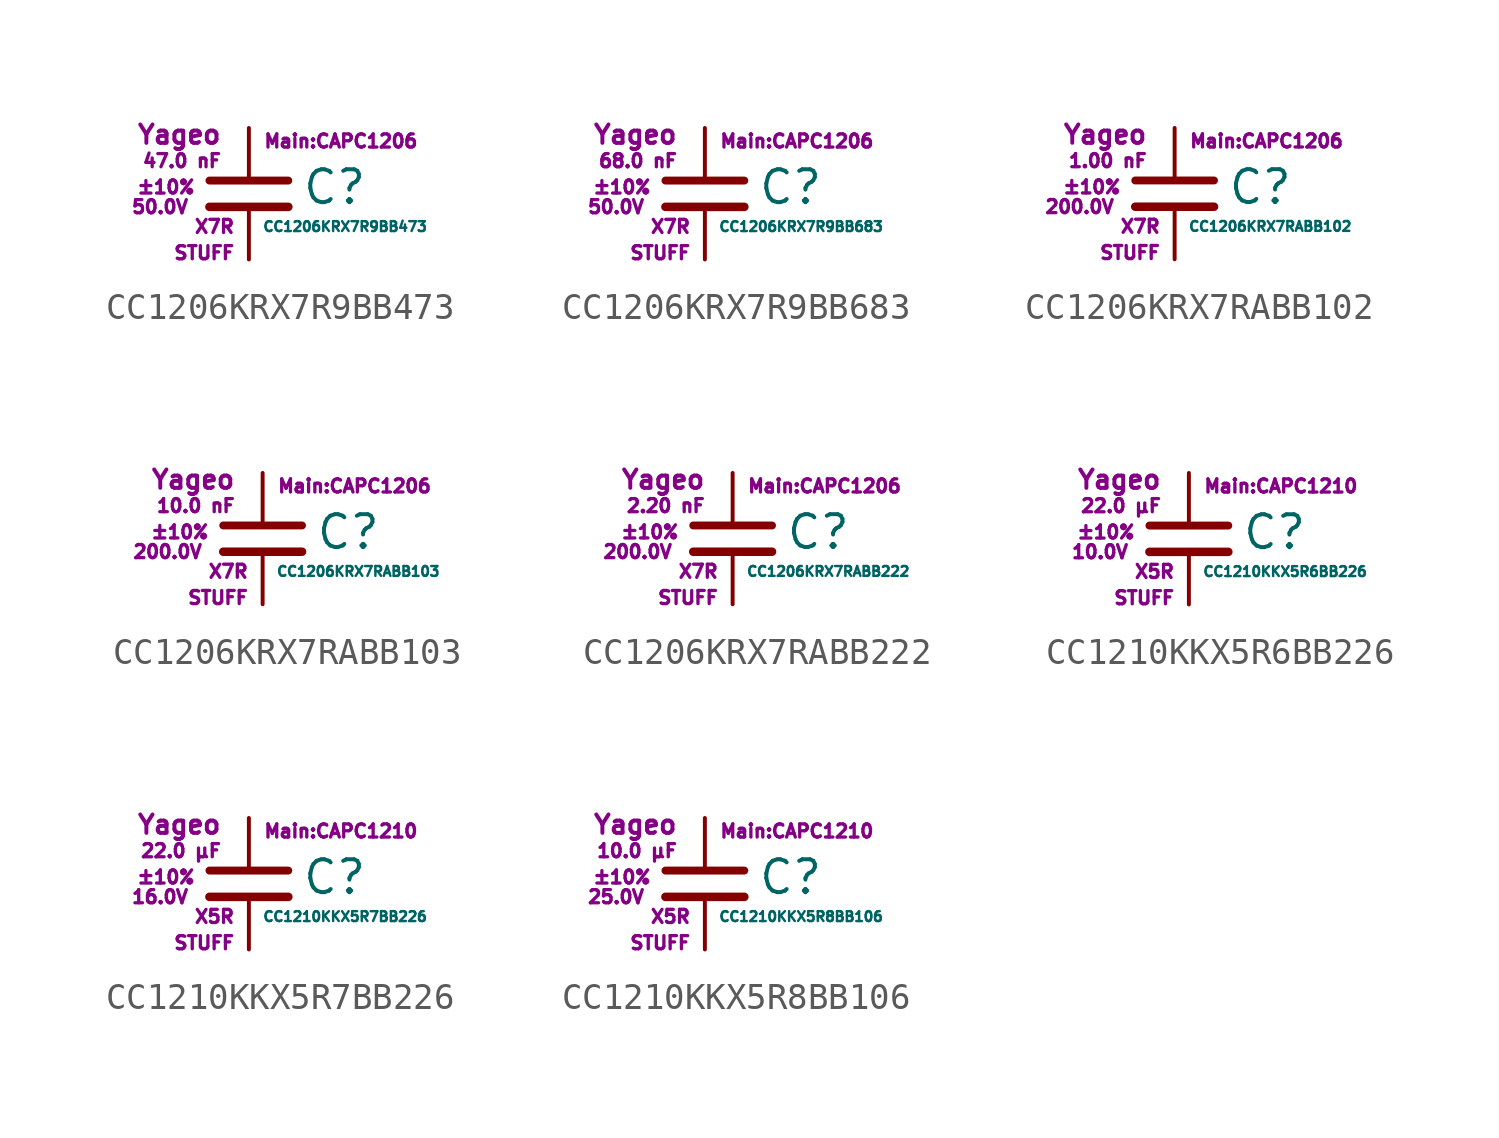
<source format=kicad_sym>
(kicad_symbol_lib
  (version 20211014)
  (generator kicad_symbol_editor)
  (symbol "CC1206KRX7R9BB473"
    (pin_numbers hide)
    (pin_names
      (offset 0.254) hide)
    (property "Reference" "C"
      (at 2.032 0.254 0)
      (effects (font (size 1.27 1.27)) (justify left)))
    (property "Value" "CC1206KRX7R9BB473"
      (at 0.508 -1.27 0)
      (effects (font (size 0.381 0.381)) (justify left)))
    (property "Footprint" "Main:CAPC1206"
      (at 3.556 2.032 0)
      (effects (font (size 0.508 0.508))))
    (property "Datasheet" ""
      (at 0.762 0.508 0)
      (effects (font (size 1.27 1.27))))
    (property "Manufacturer" "Yageo"
      (at -1.016 2.286 0)
      (effects (font (size 0.711 0.711)) (justify right)))
    (property "SKU" "STUFF"
      (at -0.508 -2.286 0)
      (effects (font (size 0.508 0.508)) (justify right)))
    (property "C" "47.0 nF"
      (at -1.016 1.27 0)
      (effects (font (size 0.508 0.508)) (justify right)))
    (property "Tol" "±10%"
      (at -2.032 0.254 0)
      (effects (font (size 0.508 0.508)) (justify right)))
    (property "Vmax" "50.0V"
      (at -2.286 -0.508 0)
      (effects (font (size 0.508 0.508)) (justify right)))
    (property "Type" "X7R"
      (at -0.508 -1.27 0)
      (effects (font (size 0.508 0.508)) (justify right)))
    (symbol "CC1206KRX7R9BB473_0_1"
      (polyline (pts (xy -1.524 -0.508) (xy 1.524 -0.508)) (stroke (width 0.33) (type default) (color 0 0 0 0)) (fill (type none)))
      (polyline (pts (xy -1.524 0.508) (xy 1.524 0.508)) (stroke (width 0.305) (type default) (color 0 0 0 0)) (fill (type none))))
    (symbol "CC1206KRX7R9BB473_1_1"
      (pin passive line (at 0 2.54 270) (length 1.905) (name "~" (effects (font (size 1.016 1.016)))) (number "1" (effects (font (size 1.016 1.016)))))
      (pin passive line (at 0 -2.54 90) (length 2.032) (name "~" (effects (font (size 1.016 1.016)))) (number "2" (effects (font (size 1.016 1.016)))))))
  (symbol "CC1206KRX7R9BB683"
    (pin_numbers hide)
    (pin_names
      (offset 0.254) hide)
    (property "Reference" "C"
      (at 2.032 0.254 0)
      (effects (font (size 1.27 1.27)) (justify left)))
    (property "Value" "CC1206KRX7R9BB683"
      (at 0.508 -1.27 0)
      (effects (font (size 0.381 0.381)) (justify left)))
    (property "Footprint" "Main:CAPC1206"
      (at 3.556 2.032 0)
      (effects (font (size 0.508 0.508))))
    (property "Datasheet" ""
      (at 0.762 0.508 0)
      (effects (font (size 1.27 1.27))))
    (property "Manufacturer" "Yageo"
      (at -1.016 2.286 0)
      (effects (font (size 0.711 0.711)) (justify right)))
    (property "SKU" "STUFF"
      (at -0.508 -2.286 0)
      (effects (font (size 0.508 0.508)) (justify right)))
    (property "C" "68.0 nF"
      (at -1.016 1.27 0)
      (effects (font (size 0.508 0.508)) (justify right)))
    (property "Tol" "±10%"
      (at -2.032 0.254 0)
      (effects (font (size 0.508 0.508)) (justify right)))
    (property "Vmax" "50.0V"
      (at -2.286 -0.508 0)
      (effects (font (size 0.508 0.508)) (justify right)))
    (property "Type" "X7R"
      (at -0.508 -1.27 0)
      (effects (font (size 0.508 0.508)) (justify right)))
    (symbol "CC1206KRX7R9BB683_0_1"
      (polyline (pts (xy -1.524 -0.508) (xy 1.524 -0.508)) (stroke (width 0.33) (type default) (color 0 0 0 0)) (fill (type none)))
      (polyline (pts (xy -1.524 0.508) (xy 1.524 0.508)) (stroke (width 0.305) (type default) (color 0 0 0 0)) (fill (type none))))
    (symbol "CC1206KRX7R9BB683_1_1"
      (pin passive line (at 0 2.54 270) (length 1.905) (name "~" (effects (font (size 1.016 1.016)))) (number "1" (effects (font (size 1.016 1.016)))))
      (pin passive line (at 0 -2.54 90) (length 2.032) (name "~" (effects (font (size 1.016 1.016)))) (number "2" (effects (font (size 1.016 1.016)))))))
  (symbol "CC1206KRX7RABB102"
    (pin_numbers hide)
    (pin_names
      (offset 0.254) hide)
    (property "Reference" "C"
      (at 2.032 0.254 0)
      (effects (font (size 1.27 1.27)) (justify left)))
    (property "Value" "CC1206KRX7RABB102"
      (at 0.508 -1.27 0)
      (effects (font (size 0.381 0.381)) (justify left)))
    (property "Footprint" "Main:CAPC1206"
      (at 3.556 2.032 0)
      (effects (font (size 0.508 0.508))))
    (property "Datasheet" ""
      (at 0.762 0.508 0)
      (effects (font (size 1.27 1.27))))
    (property "Manufacturer" "Yageo"
      (at -1.016 2.286 0)
      (effects (font (size 0.711 0.711)) (justify right)))
    (property "SKU" "STUFF"
      (at -0.508 -2.286 0)
      (effects (font (size 0.508 0.508)) (justify right)))
    (property "C" "1.00 nF"
      (at -1.016 1.27 0)
      (effects (font (size 0.508 0.508)) (justify right)))
    (property "Tol" "±10%"
      (at -2.032 0.254 0)
      (effects (font (size 0.508 0.508)) (justify right)))
    (property "Vmax" "200.0V"
      (at -2.286 -0.508 0)
      (effects (font (size 0.508 0.508)) (justify right)))
    (property "Type" "X7R"
      (at -0.508 -1.27 0)
      (effects (font (size 0.508 0.508)) (justify right)))
    (symbol "CC1206KRX7RABB102_0_1"
      (polyline (pts (xy -1.524 -0.508) (xy 1.524 -0.508)) (stroke (width 0.33) (type default) (color 0 0 0 0)) (fill (type none)))
      (polyline (pts (xy -1.524 0.508) (xy 1.524 0.508)) (stroke (width 0.305) (type default) (color 0 0 0 0)) (fill (type none))))
    (symbol "CC1206KRX7RABB102_1_1"
      (pin passive line (at 0 2.54 270) (length 1.905) (name "~" (effects (font (size 1.016 1.016)))) (number "1" (effects (font (size 1.016 1.016)))))
      (pin passive line (at 0 -2.54 90) (length 2.032) (name "~" (effects (font (size 1.016 1.016)))) (number "2" (effects (font (size 1.016 1.016)))))))
  (symbol "CC1206KRX7RABB103"
    (pin_numbers hide)
    (pin_names
      (offset 0.254) hide)
    (property "Reference" "C"
      (at 2.032 0.254 0)
      (effects (font (size 1.27 1.27)) (justify left)))
    (property "Value" "CC1206KRX7RABB103"
      (at 0.508 -1.27 0)
      (effects (font (size 0.381 0.381)) (justify left)))
    (property "Footprint" "Main:CAPC1206"
      (at 3.556 2.032 0)
      (effects (font (size 0.508 0.508))))
    (property "Datasheet" ""
      (at 0.762 0.508 0)
      (effects (font (size 1.27 1.27))))
    (property "Manufacturer" "Yageo"
      (at -1.016 2.286 0)
      (effects (font (size 0.711 0.711)) (justify right)))
    (property "SKU" "STUFF"
      (at -0.508 -2.286 0)
      (effects (font (size 0.508 0.508)) (justify right)))
    (property "C" "10.0 nF"
      (at -1.016 1.27 0)
      (effects (font (size 0.508 0.508)) (justify right)))
    (property "Tol" "±10%"
      (at -2.032 0.254 0)
      (effects (font (size 0.508 0.508)) (justify right)))
    (property "Vmax" "200.0V"
      (at -2.286 -0.508 0)
      (effects (font (size 0.508 0.508)) (justify right)))
    (property "Type" "X7R"
      (at -0.508 -1.27 0)
      (effects (font (size 0.508 0.508)) (justify right)))
    (symbol "CC1206KRX7RABB103_0_1"
      (polyline (pts (xy -1.524 -0.508) (xy 1.524 -0.508)) (stroke (width 0.33) (type default) (color 0 0 0 0)) (fill (type none)))
      (polyline (pts (xy -1.524 0.508) (xy 1.524 0.508)) (stroke (width 0.305) (type default) (color 0 0 0 0)) (fill (type none))))
    (symbol "CC1206KRX7RABB103_1_1"
      (pin passive line (at 0 2.54 270) (length 1.905) (name "~" (effects (font (size 1.016 1.016)))) (number "1" (effects (font (size 1.016 1.016)))))
      (pin passive line (at 0 -2.54 90) (length 2.032) (name "~" (effects (font (size 1.016 1.016)))) (number "2" (effects (font (size 1.016 1.016)))))))
  (symbol "CC1206KRX7RABB222"
    (pin_numbers hide)
    (pin_names
      (offset 0.254) hide)
    (property "Reference" "C"
      (at 2.032 0.254 0)
      (effects (font (size 1.27 1.27)) (justify left)))
    (property "Value" "CC1206KRX7RABB222"
      (at 0.508 -1.27 0)
      (effects (font (size 0.381 0.381)) (justify left)))
    (property "Footprint" "Main:CAPC1206"
      (at 3.556 2.032 0)
      (effects (font (size 0.508 0.508))))
    (property "Datasheet" ""
      (at 0.762 0.508 0)
      (effects (font (size 1.27 1.27))))
    (property "Manufacturer" "Yageo"
      (at -1.016 2.286 0)
      (effects (font (size 0.711 0.711)) (justify right)))
    (property "SKU" "STUFF"
      (at -0.508 -2.286 0)
      (effects (font (size 0.508 0.508)) (justify right)))
    (property "C" "2.20 nF"
      (at -1.016 1.27 0)
      (effects (font (size 0.508 0.508)) (justify right)))
    (property "Tol" "±10%"
      (at -2.032 0.254 0)
      (effects (font (size 0.508 0.508)) (justify right)))
    (property "Vmax" "200.0V"
      (at -2.286 -0.508 0)
      (effects (font (size 0.508 0.508)) (justify right)))
    (property "Type" "X7R"
      (at -0.508 -1.27 0)
      (effects (font (size 0.508 0.508)) (justify right)))
    (symbol "CC1206KRX7RABB222_0_1"
      (polyline (pts (xy -1.524 -0.508) (xy 1.524 -0.508)) (stroke (width 0.33) (type default) (color 0 0 0 0)) (fill (type none)))
      (polyline (pts (xy -1.524 0.508) (xy 1.524 0.508)) (stroke (width 0.305) (type default) (color 0 0 0 0)) (fill (type none))))
    (symbol "CC1206KRX7RABB222_1_1"
      (pin passive line (at 0 2.54 270) (length 1.905) (name "~" (effects (font (size 1.016 1.016)))) (number "1" (effects (font (size 1.016 1.016)))))
      (pin passive line (at 0 -2.54 90) (length 2.032) (name "~" (effects (font (size 1.016 1.016)))) (number "2" (effects (font (size 1.016 1.016)))))))
  (symbol "CC1210KKX5R6BB226"
    (pin_numbers hide)
    (pin_names
      (offset 0.254) hide)
    (property "Reference" "C"
      (at 2.032 0.254 0)
      (effects (font (size 1.27 1.27)) (justify left)))
    (property "Value" "CC1210KKX5R6BB226"
      (at 0.508 -1.27 0)
      (effects (font (size 0.381 0.381)) (justify left)))
    (property "Footprint" "Main:CAPC1210"
      (at 3.556 2.032 0)
      (effects (font (size 0.508 0.508))))
    (property "Datasheet" ""
      (at 0.762 0.508 0)
      (effects (font (size 1.27 1.27))))
    (property "Manufacturer" "Yageo"
      (at -1.016 2.286 0)
      (effects (font (size 0.711 0.711)) (justify right)))
    (property "SKU" "STUFF"
      (at -0.508 -2.286 0)
      (effects (font (size 0.508 0.508)) (justify right)))
    (property "C" "22.0 µF"
      (at -1.016 1.27 0)
      (effects (font (size 0.508 0.508)) (justify right)))
    (property "Tol" "±10%"
      (at -2.032 0.254 0)
      (effects (font (size 0.508 0.508)) (justify right)))
    (property "Vmax" "10.0V"
      (at -2.286 -0.508 0)
      (effects (font (size 0.508 0.508)) (justify right)))
    (property "Type" "X5R"
      (at -0.508 -1.27 0)
      (effects (font (size 0.508 0.508)) (justify right)))
    (symbol "CC1210KKX5R6BB226_0_1"
      (polyline (pts (xy -1.524 -0.508) (xy 1.524 -0.508)) (stroke (width 0.33) (type default) (color 0 0 0 0)) (fill (type none)))
      (polyline (pts (xy -1.524 0.508) (xy 1.524 0.508)) (stroke (width 0.305) (type default) (color 0 0 0 0)) (fill (type none))))
    (symbol "CC1210KKX5R6BB226_1_1"
      (pin passive line (at 0 2.54 270) (length 1.905) (name "~" (effects (font (size 1.016 1.016)))) (number "1" (effects (font (size 1.016 1.016)))))
      (pin passive line (at 0 -2.54 90) (length 2.032) (name "~" (effects (font (size 1.016 1.016)))) (number "2" (effects (font (size 1.016 1.016)))))))
  (symbol "CC1210KKX5R7BB226"
    (pin_numbers hide)
    (pin_names
      (offset 0.254) hide)
    (property "Reference" "C"
      (at 2.032 0.254 0)
      (effects (font (size 1.27 1.27)) (justify left)))
    (property "Value" "CC1210KKX5R7BB226"
      (at 0.508 -1.27 0)
      (effects (font (size 0.381 0.381)) (justify left)))
    (property "Footprint" "Main:CAPC1210"
      (at 3.556 2.032 0)
      (effects (font (size 0.508 0.508))))
    (property "Datasheet" ""
      (at 0.762 0.508 0)
      (effects (font (size 1.27 1.27))))
    (property "Manufacturer" "Yageo"
      (at -1.016 2.286 0)
      (effects (font (size 0.711 0.711)) (justify right)))
    (property "SKU" "STUFF"
      (at -0.508 -2.286 0)
      (effects (font (size 0.508 0.508)) (justify right)))
    (property "C" "22.0 µF"
      (at -1.016 1.27 0)
      (effects (font (size 0.508 0.508)) (justify right)))
    (property "Tol" "±10%"
      (at -2.032 0.254 0)
      (effects (font (size 0.508 0.508)) (justify right)))
    (property "Vmax" "16.0V"
      (at -2.286 -0.508 0)
      (effects (font (size 0.508 0.508)) (justify right)))
    (property "Type" "X5R"
      (at -0.508 -1.27 0)
      (effects (font (size 0.508 0.508)) (justify right)))
    (symbol "CC1210KKX5R7BB226_0_1"
      (polyline (pts (xy -1.524 -0.508) (xy 1.524 -0.508)) (stroke (width 0.33) (type default) (color 0 0 0 0)) (fill (type none)))
      (polyline (pts (xy -1.524 0.508) (xy 1.524 0.508)) (stroke (width 0.305) (type default) (color 0 0 0 0)) (fill (type none))))
    (symbol "CC1210KKX5R7BB226_1_1"
      (pin passive line (at 0 2.54 270) (length 1.905) (name "~" (effects (font (size 1.016 1.016)))) (number "1" (effects (font (size 1.016 1.016)))))
      (pin passive line (at 0 -2.54 90) (length 2.032) (name "~" (effects (font (size 1.016 1.016)))) (number "2" (effects (font (size 1.016 1.016)))))))
  (symbol "CC1210KKX5R8BB106"
    (pin_numbers hide)
    (pin_names
      (offset 0.254) hide)
    (property "Reference" "C"
      (at 2.032 0.254 0)
      (effects (font (size 1.27 1.27)) (justify left)))
    (property "Value" "CC1210KKX5R8BB106"
      (at 0.508 -1.27 0)
      (effects (font (size 0.381 0.381)) (justify left)))
    (property "Footprint" "Main:CAPC1210"
      (at 3.556 2.032 0)
      (effects (font (size 0.508 0.508))))
    (property "Datasheet" ""
      (at 0.762 0.508 0)
      (effects (font (size 1.27 1.27))))
    (property "Manufacturer" "Yageo"
      (at -1.016 2.286 0)
      (effects (font (size 0.711 0.711)) (justify right)))
    (property "SKU" "STUFF"
      (at -0.508 -2.286 0)
      (effects (font (size 0.508 0.508)) (justify right)))
    (property "C" "10.0 µF"
      (at -1.016 1.27 0)
      (effects (font (size 0.508 0.508)) (justify right)))
    (property "Tol" "±10%"
      (at -2.032 0.254 0)
      (effects (font (size 0.508 0.508)) (justify right)))
    (property "Vmax" "25.0V"
      (at -2.286 -0.508 0)
      (effects (font (size 0.508 0.508)) (justify right)))
    (property "Type" "X5R"
      (at -0.508 -1.27 0)
      (effects (font (size 0.508 0.508)) (justify right)))
    (symbol "CC1210KKX5R8BB106_0_1"
      (polyline (pts (xy -1.524 -0.508) (xy 1.524 -0.508)) (stroke (width 0.33) (type default) (color 0 0 0 0)) (fill (type none)))
      (polyline (pts (xy -1.524 0.508) (xy 1.524 0.508)) (stroke (width 0.305) (type default) (color 0 0 0 0)) (fill (type none))))
    (symbol "CC1210KKX5R8BB106_1_1"
      (pin passive line (at 0 2.54 270) (length 1.905) (name "~" (effects (font (size 1.016 1.016)))) (number "1" (effects (font (size 1.016 1.016)))))
      (pin passive line (at 0 -2.54 90) (length 2.032) (name "~" (effects (font (size 1.016 1.016)))) (number "2" (effects (font (size 1.016 1.016))))))))
</source>
